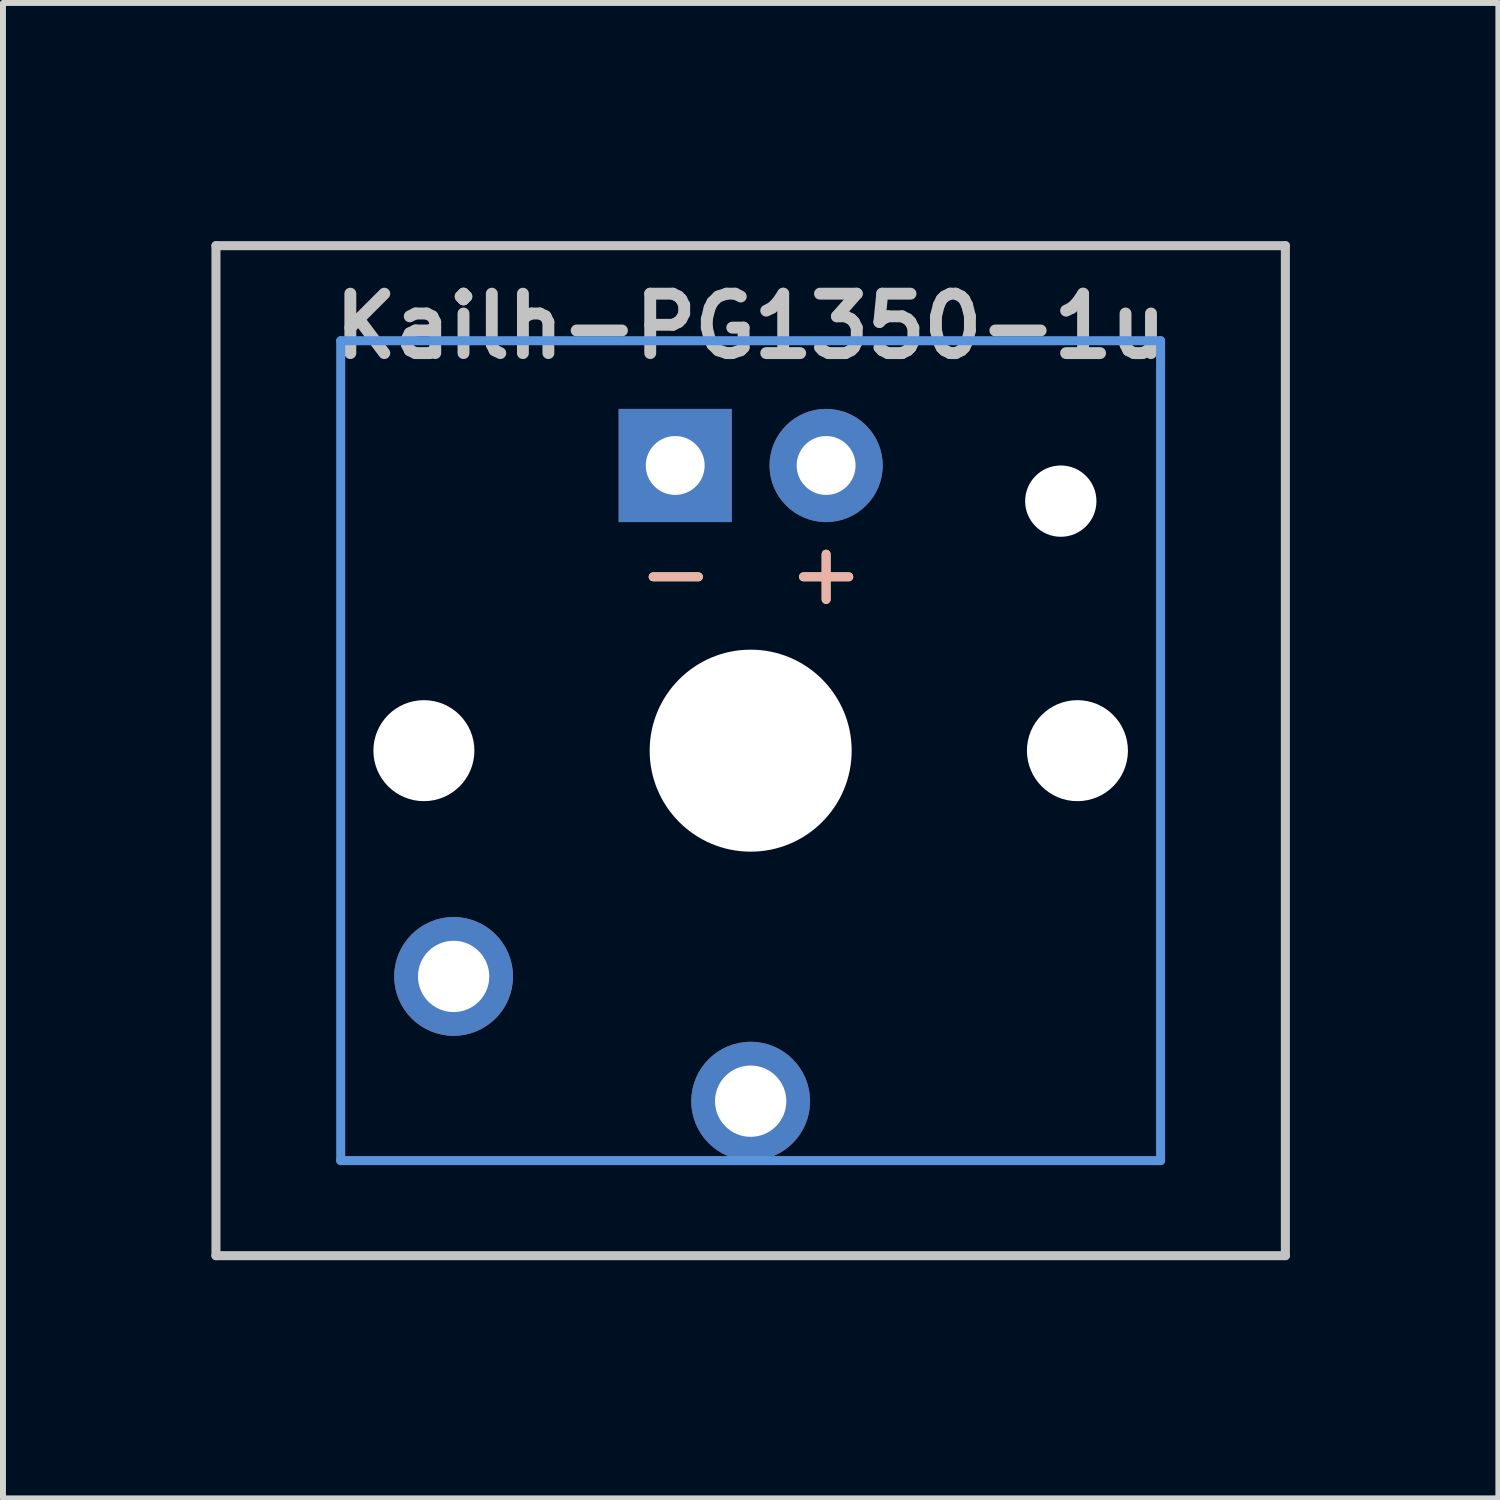
<source format=kicad_pcb>
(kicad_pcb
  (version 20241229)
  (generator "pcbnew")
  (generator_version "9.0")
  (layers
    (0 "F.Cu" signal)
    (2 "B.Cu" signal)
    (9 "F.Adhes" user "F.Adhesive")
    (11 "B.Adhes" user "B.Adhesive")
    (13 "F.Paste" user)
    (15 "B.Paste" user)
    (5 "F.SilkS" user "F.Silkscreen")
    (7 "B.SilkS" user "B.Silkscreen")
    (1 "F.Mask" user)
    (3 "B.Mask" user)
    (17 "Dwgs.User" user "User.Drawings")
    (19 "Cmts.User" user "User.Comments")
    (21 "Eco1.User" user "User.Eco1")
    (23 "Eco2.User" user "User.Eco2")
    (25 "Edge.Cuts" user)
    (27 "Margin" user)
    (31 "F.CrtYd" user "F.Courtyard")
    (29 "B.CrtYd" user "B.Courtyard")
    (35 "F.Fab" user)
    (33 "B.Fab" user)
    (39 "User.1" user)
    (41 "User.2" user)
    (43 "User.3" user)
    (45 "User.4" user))
  (footprint "Kailh-PG1350-1u"
    (layer "F.Cu")
    (at 9.585 9.585)
    (property "Reference" "Kailh-PG1350-1u" (at 0 -7.144 180) (layer "Dwgs.User") (effects (font (size 1 1) (thickness 0.2))))
    (attr through_hole)
    (fp_line (start -9 -8.5) (end 9 -8.5) (stroke (width 0.152) (type solid)) (layer "Dwgs.User"))
    (fp_line (start -9 8.5) (end -9 -8.5) (stroke (width 0.152) (type solid)) (layer "Dwgs.User"))
    (fp_line (start 9 -8.5) (end 9 8.5) (stroke (width 0.152) (type solid)) (layer "Dwgs.User"))
    (fp_line (start 9 8.5) (end -9 8.5) (stroke (width 0.152) (type solid)) (layer "Dwgs.User"))
    (fp_line (start -6.9 -6.9) (end 6.9 -6.9) (stroke (width 0.152) (type solid)) (layer "Cmts.User"))
    (fp_line (start -6.9 6.9) (end -6.9 -6.9) (stroke (width 0.152) (type solid)) (layer "Cmts.User"))
    (fp_line (start 6.9 -6.9) (end 6.9 6.9) (stroke (width 0.152) (type solid)) (layer "Cmts.User"))
    (fp_line (start 6.9 6.9) (end -6.9 6.9) (stroke (width 0.152) (type solid)) (layer "Cmts.User"))
    (fp_line (start -9.525 -9.525) (end -9.525 9.525) (stroke (width 0.12) (type solid)) (layer "Eco1.User"))
    (fp_line (start -9.525 -9.525) (end 9.525 -9.525) (stroke (width 0.12) (type solid)) (layer "Eco1.User"))
    (fp_line (start -9.525 9.525) (end 9.525 9.525) (stroke (width 0.12) (type solid)) (layer "Eco1.User"))
    (fp_line (start 9.525 -9.525) (end 9.525 9.525) (stroke (width 0.12) (type solid)) (layer "Eco1.User"))
    (fp_line (start -7.5 -7.5) (end 7.5 -7.5) (stroke (width 0.152) (type solid)) (layer "Eco2.User"))
    (fp_line (start -7.5 7.5) (end -7.5 -7.5) (stroke (width 0.152) (type solid)) (layer "Eco2.User"))
    (fp_line (start 7.5 -7.5) (end 7.5 7.5) (stroke (width 0.152) (type solid)) (layer "Eco2.User"))
    (fp_line (start 7.5 7.5) (end -7.5 7.5) (stroke (width 0.152) (type solid)) (layer "Eco2.User"))
    (fp_text user "+" (at 1.27 -3 180) (layer "F.SilkS") (effects (font (size 1 1) (thickness 0.15))))
    (fp_text user "-" (at -1.26 -3 180) (layer "F.SilkS") (effects (font (size 1 1) (thickness 0.15))))
    (fp_text user "-" (at -1.26 -3 180) (layer "B.SilkS") (effects (font (size 1 1) (thickness 0.15)) (justify mirror)))
    (fp_text user "+" (at 1.27 -3 180) (layer "B.SilkS") (effects (font (size 1 1) (thickness 0.15)) (justify mirror)))
    (pad "" np_thru_hole circle (at -5.5 0 180) (size 1.7 1.7) (drill 1.7) (layers "*.Cu" "*.Mask"))
    (pad "" np_thru_hole circle (at 0 0 180) (size 3.4 3.4) (drill 3.4) (layers "*.Cu" "*.Mask"))
    (pad "" np_thru_hole circle (at 5.22 -4.2 180) (size 1.2 1.2) (drill 1.2) (layers "*.Cu" "*.Mask"))
    (pad "" np_thru_hole circle (at 5.5 0 180) (size 1.7 1.7) (drill 1.7) (layers "*.Cu" "*.Mask"))
    (pad "1" thru_hole circle (at 0 5.9 180) (size 2 2) (drill 1.2) (layers "*.Cu" "*.Mask"))
    (pad "2" thru_hole circle (at -5 3.8 41.9) (size 2 2) (drill 1.2) (layers "*.Cu" "*.Mask"))
    (pad "3" thru_hole circle (at 1.27 -4.8 180) (size 1.905 1.905) (drill 0.991) (layers "*.Cu" "*.Mask"))
    (pad "4" thru_hole rect (at -1.27 -4.8 180) (size 1.905 1.905) (drill 0.991) (layers "*.Cu" "*.Mask")))
  (gr_rect
    (start -3 -3)
    (end 22.17 22.17)
    (stroke (width 0.1) (type default))
    (fill no)
    (layer "Edge.Cuts")))
</source>
